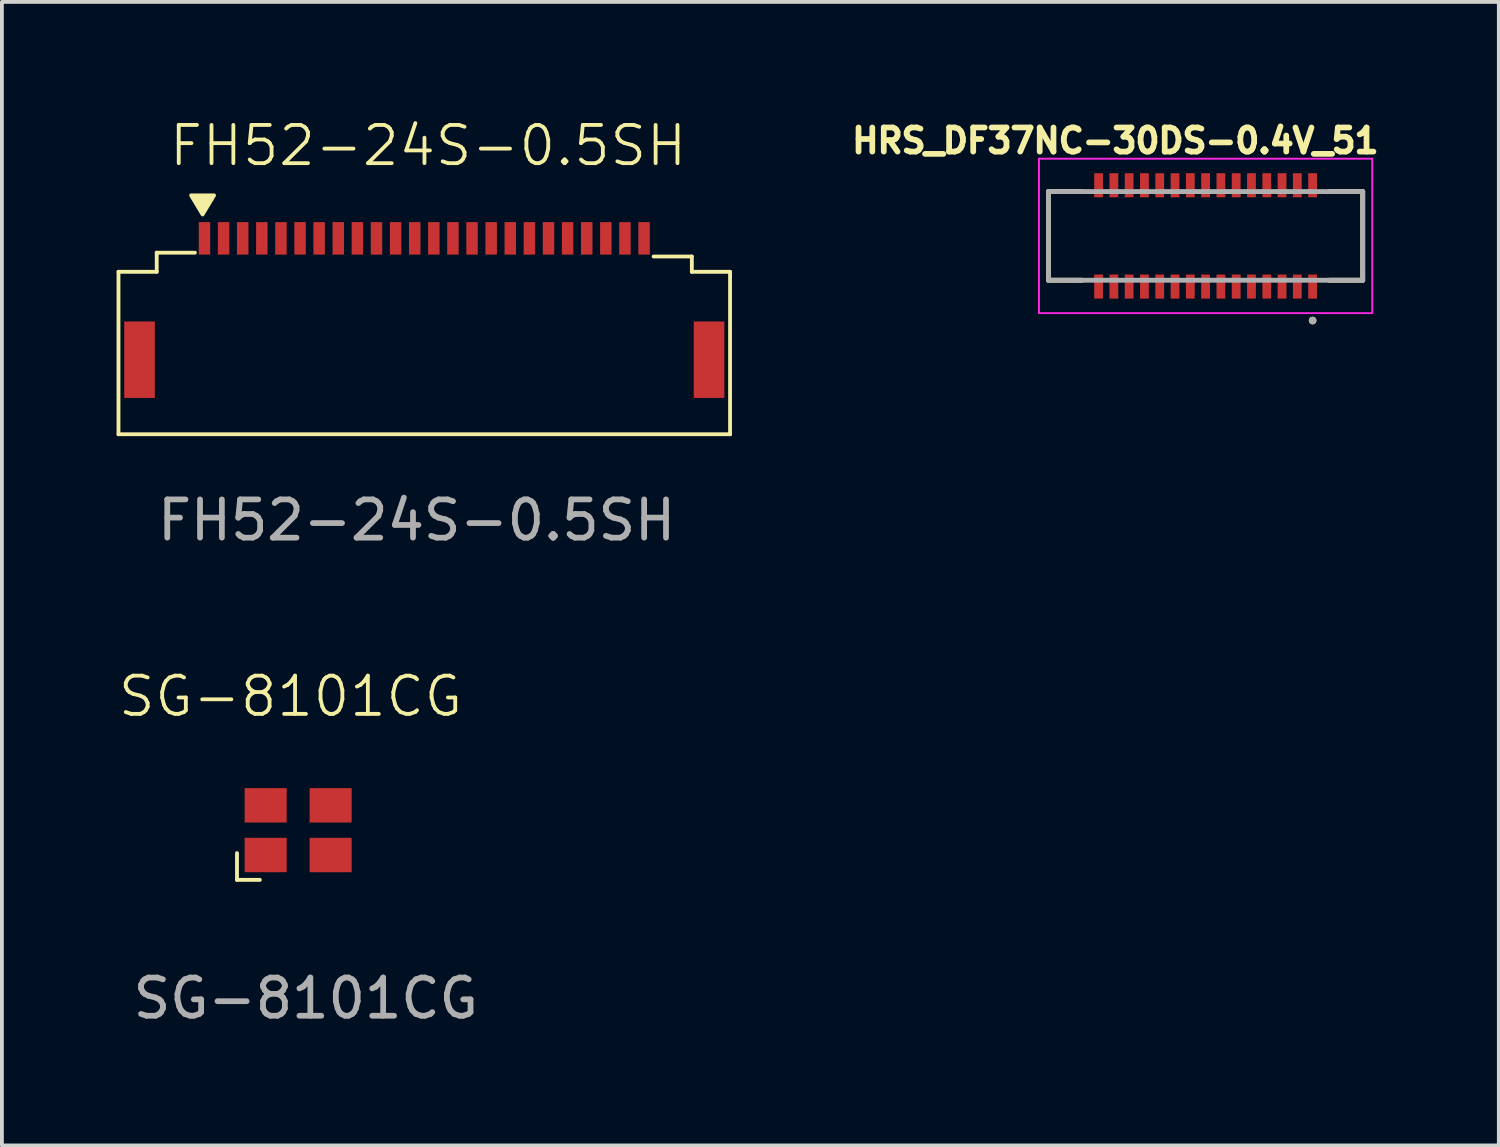
<source format=kicad_pcb>
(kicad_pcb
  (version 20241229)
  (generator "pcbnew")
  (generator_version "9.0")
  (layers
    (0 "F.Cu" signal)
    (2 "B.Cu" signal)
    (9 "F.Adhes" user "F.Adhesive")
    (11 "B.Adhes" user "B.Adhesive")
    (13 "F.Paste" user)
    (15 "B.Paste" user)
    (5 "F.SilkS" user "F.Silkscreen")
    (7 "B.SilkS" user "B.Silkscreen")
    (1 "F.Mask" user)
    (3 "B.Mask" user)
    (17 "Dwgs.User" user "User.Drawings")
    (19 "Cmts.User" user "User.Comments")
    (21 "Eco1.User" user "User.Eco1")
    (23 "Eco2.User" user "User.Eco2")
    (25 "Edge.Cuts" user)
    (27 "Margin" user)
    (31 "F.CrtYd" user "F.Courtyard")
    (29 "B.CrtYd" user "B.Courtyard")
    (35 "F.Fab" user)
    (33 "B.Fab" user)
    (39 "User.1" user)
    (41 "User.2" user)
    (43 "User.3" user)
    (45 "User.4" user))
  (footprint "SG-8101CG"
    (layer "F.Cu")
    (at 4.75 18.669)
    (property "Reference" "SG-8101CG" (at -0.2 -3.5 0) (unlocked yes) (layer "F.SilkS") (effects (font (size 1 1) (thickness 0.1))))
    (attr smd)
    (fp_line (start -1.6 0.6) (end -1.6 1.3) (stroke (width 0.1) (type default)) (layer "F.SilkS"))
    (fp_line (start -1 1.3) (end -1.6 1.3) (stroke (width 0.1) (type default)) (layer "F.SilkS"))
    (fp_text user "${REFERENCE}" (at 0.2 4.4 0) (unlocked yes) (layer "F.Fab") (effects (font (size 1 1) (thickness 0.15))))
    (pad "1" smd rect (at -0.85 0.65) (size 1.1 0.9) (layers "F.Cu" "F.Mask" "F.Paste"))
    (pad "2" smd rect (at 0.85 0.65) (size 1.1 0.9) (layers "F.Cu" "F.Mask" "F.Paste"))
    (pad "3" smd rect (at 0.85 -0.65) (size 1.1 0.9) (layers "F.Cu" "F.Mask" "F.Paste"))
    (pad "4" smd rect (at -0.85 -0.65) (size 1.1 0.9) (layers "F.Cu" "F.Mask" "F.Paste")))
  (footprint "HRS_DF37NC-30DS-0.4V_51"
    (layer "F.Cu")
    (at 28.491 3.122)
    (property "Reference" "HRS_DF37NC-30DS-0.4V_51" (at -2.36 -2.49 0) (layer "F.SilkS") (effects (font (size 0.63 0.63) (thickness 0.15))))
    (attr smd)
    (fp_poly (pts (xy -2.965 -1.69) (xy -2.635 -1.69) (xy -2.635 -0.96) (xy -2.965 -0.96)) (stroke (width 0.01) (type solid)) (fill yes) (layer "F.Mask"))
    (fp_poly (pts (xy -2.965 0.96) (xy -2.635 0.96) (xy -2.635 1.69) (xy -2.965 1.69)) (stroke (width 0.01) (type solid)) (fill yes) (layer "F.Mask"))
    (fp_poly (pts (xy -2.565 -1.69) (xy -2.235 -1.69) (xy -2.235 -0.96) (xy -2.565 -0.96)) (stroke (width 0.01) (type solid)) (fill yes) (layer "F.Mask"))
    (fp_poly (pts (xy -2.565 0.96) (xy -2.235 0.96) (xy -2.235 1.69) (xy -2.565 1.69)) (stroke (width 0.01) (type solid)) (fill yes) (layer "F.Mask"))
    (fp_poly (pts (xy -2.165 -1.69) (xy -1.835 -1.69) (xy -1.835 -0.96) (xy -2.165 -0.96)) (stroke (width 0.01) (type solid)) (fill yes) (layer "F.Mask"))
    (fp_poly (pts (xy -2.165 0.96) (xy -1.835 0.96) (xy -1.835 1.69) (xy -2.165 1.69)) (stroke (width 0.01) (type solid)) (fill yes) (layer "F.Mask"))
    (fp_poly (pts (xy -1.765 -1.69) (xy -1.435 -1.69) (xy -1.435 -0.96) (xy -1.765 -0.96)) (stroke (width 0.01) (type solid)) (fill yes) (layer "F.Mask"))
    (fp_poly (pts (xy -1.765 0.96) (xy -1.435 0.96) (xy -1.435 1.69) (xy -1.765 1.69)) (stroke (width 0.01) (type solid)) (fill yes) (layer "F.Mask"))
    (fp_poly (pts (xy -1.365 -1.69) (xy -1.035 -1.69) (xy -1.035 -0.96) (xy -1.365 -0.96)) (stroke (width 0.01) (type solid)) (fill yes) (layer "F.Mask"))
    (fp_poly (pts (xy -1.365 0.96) (xy -1.035 0.96) (xy -1.035 1.69) (xy -1.365 1.69)) (stroke (width 0.01) (type solid)) (fill yes) (layer "F.Mask"))
    (fp_poly (pts (xy -0.965 -1.69) (xy -0.635 -1.69) (xy -0.635 -0.96) (xy -0.965 -0.96)) (stroke (width 0.01) (type solid)) (fill yes) (layer "F.Mask"))
    (fp_poly (pts (xy -0.965 0.96) (xy -0.635 0.96) (xy -0.635 1.69) (xy -0.965 1.69)) (stroke (width 0.01) (type solid)) (fill yes) (layer "F.Mask"))
    (fp_poly (pts (xy -0.565 -1.69) (xy -0.235 -1.69) (xy -0.235 -0.96) (xy -0.565 -0.96)) (stroke (width 0.01) (type solid)) (fill yes) (layer "F.Mask"))
    (fp_poly (pts (xy -0.565 0.96) (xy -0.235 0.96) (xy -0.235 1.69) (xy -0.565 1.69)) (stroke (width 0.01) (type solid)) (fill yes) (layer "F.Mask"))
    (fp_poly (pts (xy -0.165 -1.69) (xy 0.165 -1.69) (xy 0.165 -0.96) (xy -0.165 -0.96)) (stroke (width 0.01) (type solid)) (fill yes) (layer "F.Mask"))
    (fp_poly (pts (xy -0.165 0.96) (xy 0.165 0.96) (xy 0.165 1.69) (xy -0.165 1.69)) (stroke (width 0.01) (type solid)) (fill yes) (layer "F.Mask"))
    (fp_poly (pts (xy 0.235 -1.69) (xy 0.565 -1.69) (xy 0.565 -0.96) (xy 0.235 -0.96)) (stroke (width 0.01) (type solid)) (fill yes) (layer "F.Mask"))
    (fp_poly (pts (xy 0.235 0.96) (xy 0.565 0.96) (xy 0.565 1.69) (xy 0.235 1.69)) (stroke (width 0.01) (type solid)) (fill yes) (layer "F.Mask"))
    (fp_poly (pts (xy 0.635 -1.69) (xy 0.965 -1.69) (xy 0.965 -0.96) (xy 0.635 -0.96)) (stroke (width 0.01) (type solid)) (fill yes) (layer "F.Mask"))
    (fp_poly (pts (xy 0.635 0.96) (xy 0.965 0.96) (xy 0.965 1.69) (xy 0.635 1.69)) (stroke (width 0.01) (type solid)) (fill yes) (layer "F.Mask"))
    (fp_poly (pts (xy 1.035 -1.69) (xy 1.365 -1.69) (xy 1.365 -0.96) (xy 1.035 -0.96)) (stroke (width 0.01) (type solid)) (fill yes) (layer "F.Mask"))
    (fp_poly (pts (xy 1.035 0.96) (xy 1.365 0.96) (xy 1.365 1.69) (xy 1.035 1.69)) (stroke (width 0.01) (type solid)) (fill yes) (layer "F.Mask"))
    (fp_poly (pts (xy 1.435 -1.69) (xy 1.765 -1.69) (xy 1.765 -0.96) (xy 1.435 -0.96)) (stroke (width 0.01) (type solid)) (fill yes) (layer "F.Mask"))
    (fp_poly (pts (xy 1.435 0.96) (xy 1.765 0.96) (xy 1.765 1.69) (xy 1.435 1.69)) (stroke (width 0.01) (type solid)) (fill yes) (layer "F.Mask"))
    (fp_poly (pts (xy 1.835 -1.69) (xy 2.165 -1.69) (xy 2.165 -0.96) (xy 1.835 -0.96)) (stroke (width 0.01) (type solid)) (fill yes) (layer "F.Mask"))
    (fp_poly (pts (xy 1.835 0.96) (xy 2.165 0.96) (xy 2.165 1.69) (xy 1.835 1.69)) (stroke (width 0.01) (type solid)) (fill yes) (layer "F.Mask"))
    (fp_poly (pts (xy 2.235 -1.69) (xy 2.565 -1.69) (xy 2.565 -0.96) (xy 2.235 -0.96)) (stroke (width 0.01) (type solid)) (fill yes) (layer "F.Mask"))
    (fp_poly (pts (xy 2.235 0.96) (xy 2.565 0.96) (xy 2.565 1.69) (xy 2.235 1.69)) (stroke (width 0.01) (type solid)) (fill yes) (layer "F.Mask"))
    (fp_poly (pts (xy 2.635 -1.69) (xy 2.965 -1.69) (xy 2.965 -0.96) (xy 2.635 -0.96)) (stroke (width 0.01) (type solid)) (fill yes) (layer "F.Mask"))
    (fp_poly (pts (xy 2.635 0.96) (xy 2.965 0.96) (xy 2.965 1.69) (xy 2.635 1.69)) (stroke (width 0.01) (type solid)) (fill yes) (layer "F.Mask"))
    (fp_line (start -4.11 -1.16) (end -3.235 -1.16) (stroke (width 0.127) (type solid)) (layer "F.SilkS"))
    (fp_line (start -4.11 1.16) (end -4.11 -1.16) (stroke (width 0.127) (type solid)) (layer "F.SilkS"))
    (fp_line (start -3.235 1.16) (end -4.11 1.16) (stroke (width 0.127) (type solid)) (layer "F.SilkS"))
    (fp_line (start 3.235 -1.16) (end 4.11 -1.16) (stroke (width 0.127) (type solid)) (layer "F.SilkS"))
    (fp_line (start 3.235 1.16) (end 4.11 1.16) (stroke (width 0.127) (type solid)) (layer "F.SilkS"))
    (fp_line (start 4.11 -1.16) (end 4.11 1.16) (stroke (width 0.127) (type solid)) (layer "F.SilkS"))
    (fp_circle (center 2.8 2.214) (end 2.85 2.214) (stroke (width 0.1) (type solid)) (fill no) (layer "F.SilkS"))
    (fp_poly (pts (xy -2.915 -1.77) (xy -2.685 -1.77) (xy -2.685 -1.14) (xy -2.915 -1.14)) (stroke (width 0.01) (type solid)) (fill yes) (layer "F.Paste"))
    (fp_poly (pts (xy -2.915 1.14) (xy -2.685 1.14) (xy -2.685 1.77) (xy -2.915 1.77)) (stroke (width 0.01) (type solid)) (fill yes) (layer "F.Paste"))
    (fp_poly (pts (xy -2.515 -1.77) (xy -2.285 -1.77) (xy -2.285 -1.14) (xy -2.515 -1.14)) (stroke (width 0.01) (type solid)) (fill yes) (layer "F.Paste"))
    (fp_poly (pts (xy -2.515 1.14) (xy -2.285 1.14) (xy -2.285 1.77) (xy -2.515 1.77)) (stroke (width 0.01) (type solid)) (fill yes) (layer "F.Paste"))
    (fp_poly (pts (xy -2.115 -1.77) (xy -1.885 -1.77) (xy -1.885 -1.14) (xy -2.115 -1.14)) (stroke (width 0.01) (type solid)) (fill yes) (layer "F.Paste"))
    (fp_poly (pts (xy -2.115 1.14) (xy -1.885 1.14) (xy -1.885 1.77) (xy -2.115 1.77)) (stroke (width 0.01) (type solid)) (fill yes) (layer "F.Paste"))
    (fp_poly (pts (xy -1.715 -1.77) (xy -1.485 -1.77) (xy -1.485 -1.14) (xy -1.715 -1.14)) (stroke (width 0.01) (type solid)) (fill yes) (layer "F.Paste"))
    (fp_poly (pts (xy -1.715 1.14) (xy -1.485 1.14) (xy -1.485 1.77) (xy -1.715 1.77)) (stroke (width 0.01) (type solid)) (fill yes) (layer "F.Paste"))
    (fp_poly (pts (xy -1.315 -1.77) (xy -1.085 -1.77) (xy -1.085 -1.14) (xy -1.315 -1.14)) (stroke (width 0.01) (type solid)) (fill yes) (layer "F.Paste"))
    (fp_poly (pts (xy -1.315 1.14) (xy -1.085 1.14) (xy -1.085 1.77) (xy -1.315 1.77)) (stroke (width 0.01) (type solid)) (fill yes) (layer "F.Paste"))
    (fp_poly (pts (xy -0.915 -1.77) (xy -0.685 -1.77) (xy -0.685 -1.14) (xy -0.915 -1.14)) (stroke (width 0.01) (type solid)) (fill yes) (layer "F.Paste"))
    (fp_poly (pts (xy -0.915 1.14) (xy -0.685 1.14) (xy -0.685 1.77) (xy -0.915 1.77)) (stroke (width 0.01) (type solid)) (fill yes) (layer "F.Paste"))
    (fp_poly (pts (xy -0.515 -1.77) (xy -0.285 -1.77) (xy -0.285 -1.14) (xy -0.515 -1.14)) (stroke (width 0.01) (type solid)) (fill yes) (layer "F.Paste"))
    (fp_poly (pts (xy -0.515 1.14) (xy -0.285 1.14) (xy -0.285 1.77) (xy -0.515 1.77)) (stroke (width 0.01) (type solid)) (fill yes) (layer "F.Paste"))
    (fp_poly (pts (xy -0.115 -1.77) (xy 0.115 -1.77) (xy 0.115 -1.14) (xy -0.115 -1.14)) (stroke (width 0.01) (type solid)) (fill yes) (layer "F.Paste"))
    (fp_poly (pts (xy -0.115 1.14) (xy 0.115 1.14) (xy 0.115 1.77) (xy -0.115 1.77)) (stroke (width 0.01) (type solid)) (fill yes) (layer "F.Paste"))
    (fp_poly (pts (xy 0.285 -1.77) (xy 0.515 -1.77) (xy 0.515 -1.14) (xy 0.285 -1.14)) (stroke (width 0.01) (type solid)) (fill yes) (layer "F.Paste"))
    (fp_poly (pts (xy 0.285 1.14) (xy 0.515 1.14) (xy 0.515 1.77) (xy 0.285 1.77)) (stroke (width 0.01) (type solid)) (fill yes) (layer "F.Paste"))
    (fp_poly (pts (xy 0.685 -1.77) (xy 0.915 -1.77) (xy 0.915 -1.14) (xy 0.685 -1.14)) (stroke (width 0.01) (type solid)) (fill yes) (layer "F.Paste"))
    (fp_poly (pts (xy 0.685 1.14) (xy 0.915 1.14) (xy 0.915 1.77) (xy 0.685 1.77)) (stroke (width 0.01) (type solid)) (fill yes) (layer "F.Paste"))
    (fp_poly (pts (xy 1.085 -1.77) (xy 1.315 -1.77) (xy 1.315 -1.14) (xy 1.085 -1.14)) (stroke (width 0.01) (type solid)) (fill yes) (layer "F.Paste"))
    (fp_poly (pts (xy 1.085 1.14) (xy 1.315 1.14) (xy 1.315 1.77) (xy 1.085 1.77)) (stroke (width 0.01) (type solid)) (fill yes) (layer "F.Paste"))
    (fp_poly (pts (xy 1.485 -1.77) (xy 1.715 -1.77) (xy 1.715 -1.14) (xy 1.485 -1.14)) (stroke (width 0.01) (type solid)) (fill yes) (layer "F.Paste"))
    (fp_poly (pts (xy 1.485 1.14) (xy 1.715 1.14) (xy 1.715 1.77) (xy 1.485 1.77)) (stroke (width 0.01) (type solid)) (fill yes) (layer "F.Paste"))
    (fp_poly (pts (xy 1.885 -1.77) (xy 2.115 -1.77) (xy 2.115 -1.14) (xy 1.885 -1.14)) (stroke (width 0.01) (type solid)) (fill yes) (layer "F.Paste"))
    (fp_poly (pts (xy 1.885 1.14) (xy 2.115 1.14) (xy 2.115 1.77) (xy 1.885 1.77)) (stroke (width 0.01) (type solid)) (fill yes) (layer "F.Paste"))
    (fp_poly (pts (xy 2.285 -1.77) (xy 2.515 -1.77) (xy 2.515 -1.14) (xy 2.285 -1.14)) (stroke (width 0.01) (type solid)) (fill yes) (layer "F.Paste"))
    (fp_poly (pts (xy 2.285 1.14) (xy 2.515 1.14) (xy 2.515 1.77) (xy 2.285 1.77)) (stroke (width 0.01) (type solid)) (fill yes) (layer "F.Paste"))
    (fp_poly (pts (xy 2.685 -1.77) (xy 2.915 -1.77) (xy 2.915 -1.14) (xy 2.685 -1.14)) (stroke (width 0.01) (type solid)) (fill yes) (layer "F.Paste"))
    (fp_poly (pts (xy 2.685 1.14) (xy 2.915 1.14) (xy 2.915 1.77) (xy 2.685 1.77)) (stroke (width 0.01) (type solid)) (fill yes) (layer "F.Paste"))
    (fp_line (start -4.36 -2.02) (end 4.36 -2.02) (stroke (width 0.05) (type solid)) (layer "F.CrtYd"))
    (fp_line (start -4.36 2.02) (end -4.36 -2.02) (stroke (width 0.05) (type solid)) (layer "F.CrtYd"))
    (fp_line (start 4.36 -2.02) (end 4.36 2.02) (stroke (width 0.05) (type solid)) (layer "F.CrtYd"))
    (fp_line (start 4.36 2.02) (end -4.36 2.02) (stroke (width 0.05) (type solid)) (layer "F.CrtYd"))
    (fp_line (start -4.11 -1.16) (end 4.11 -1.16) (stroke (width 0.127) (type solid)) (layer "F.Fab"))
    (fp_line (start -4.11 1.16) (end -4.11 -1.16) (stroke (width 0.127) (type solid)) (layer "F.Fab"))
    (fp_line (start 4.11 -1.16) (end 4.11 1.16) (stroke (width 0.127) (type solid)) (layer "F.Fab"))
    (fp_line (start 4.11 1.16) (end -4.11 1.16) (stroke (width 0.127) (type solid)) (layer "F.Fab"))
    (fp_circle (center 2.8 2.214) (end 2.85 2.214) (stroke (width 0.1) (type solid)) (fill no) (layer "F.Fab"))
    (pad "1" smd rect (at 2.8 1.325) (size 0.23 0.63) (layers "F.Cu"))
    (pad "2" smd rect (at 2.4 1.325) (size 0.23 0.63) (layers "F.Cu"))
    (pad "3" smd rect (at 2 1.325) (size 0.23 0.63) (layers "F.Cu"))
    (pad "4" smd rect (at 1.6 1.325) (size 0.23 0.63) (layers "F.Cu"))
    (pad "5" smd rect (at 1.2 1.325) (size 0.23 0.63) (layers "F.Cu"))
    (pad "6" smd rect (at 0.8 1.325) (size 0.23 0.63) (layers "F.Cu"))
    (pad "7" smd rect (at 0.4 1.325) (size 0.23 0.63) (layers "F.Cu"))
    (pad "8" smd rect (at 0 1.325) (size 0.23 0.63) (layers "F.Cu"))
    (pad "9" smd rect (at -0.4 1.325) (size 0.23 0.63) (layers "F.Cu"))
    (pad "10" smd rect (at -0.8 1.325) (size 0.23 0.63) (layers "F.Cu"))
    (pad "11" smd rect (at -1.2 1.325) (size 0.23 0.63) (layers "F.Cu"))
    (pad "12" smd rect (at -1.6 1.325) (size 0.23 0.63) (layers "F.Cu"))
    (pad "13" smd rect (at -2 1.325) (size 0.23 0.63) (layers "F.Cu"))
    (pad "14" smd rect (at -2.4 1.325) (size 0.23 0.63) (layers "F.Cu"))
    (pad "15" smd rect (at -2.8 1.325) (size 0.23 0.63) (layers "F.Cu"))
    (pad "16" smd rect (at -2.8 -1.325) (size 0.23 0.63) (layers "F.Cu"))
    (pad "17" smd rect (at -2.4 -1.325) (size 0.23 0.63) (layers "F.Cu"))
    (pad "18" smd rect (at -2 -1.325) (size 0.23 0.63) (layers "F.Cu"))
    (pad "19" smd rect (at -1.6 -1.325) (size 0.23 0.63) (layers "F.Cu"))
    (pad "20" smd rect (at -1.2 -1.325) (size 0.23 0.63) (layers "F.Cu"))
    (pad "21" smd rect (at -0.8 -1.325) (size 0.23 0.63) (layers "F.Cu"))
    (pad "22" smd rect (at -0.4 -1.325) (size 0.23 0.63) (layers "F.Cu"))
    (pad "23" smd rect (at 0 -1.325) (size 0.23 0.63) (layers "F.Cu"))
    (pad "24" smd rect (at 0.4 -1.325) (size 0.23 0.63) (layers "F.Cu"))
    (pad "25" smd rect (at 0.8 -1.325) (size 0.23 0.63) (layers "F.Cu"))
    (pad "26" smd rect (at 1.2 -1.325) (size 0.23 0.63) (layers "F.Cu"))
    (pad "27" smd rect (at 1.6 -1.325) (size 0.23 0.63) (layers "F.Cu"))
    (pad "28" smd rect (at 2 -1.325) (size 0.23 0.63) (layers "F.Cu"))
    (pad "29" smd rect (at 2.4 -1.325) (size 0.23 0.63) (layers "F.Cu"))
    (pad "30" smd rect (at 2.8 -1.325) (size 0.23 0.63) (layers "F.Cu")))
  (footprint "FH52-24S-0.5SH"
    (layer "F.Cu")
    (at 8.05 6.061)
    (property "Reference" "FH52-24S-0.5SH" (at 0.1 -5.3 0) (unlocked yes) (layer "F.SilkS") (effects (font (size 1 1) (thickness 0.1))))
    (attr smd)
    (fp_line (start -8 -2) (end -8 2.25) (stroke (width 0.1) (type default)) (layer "F.SilkS"))
    (fp_line (start -8 2.25) (end 8 2.25) (stroke (width 0.1) (type default)) (layer "F.SilkS"))
    (fp_line (start -7 -2.5) (end -7 -2) (stroke (width 0.1) (type default)) (layer "F.SilkS"))
    (fp_line (start -7 -2) (end -8 -2) (stroke (width 0.1) (type default)) (layer "F.SilkS"))
    (fp_line (start -6 -2.5) (end -7 -2.5) (stroke (width 0.1) (type default)) (layer "F.SilkS"))
    (fp_line (start 7 -2.4) (end 6 -2.4) (stroke (width 0.1) (type default)) (layer "F.SilkS"))
    (fp_line (start 7 -2) (end 7 -2.4) (stroke (width 0.1) (type default)) (layer "F.SilkS"))
    (fp_line (start 8 -2) (end 7 -2) (stroke (width 0.1) (type default)) (layer "F.SilkS"))
    (fp_line (start 8 2.25) (end 8 -2) (stroke (width 0.1) (type default)) (layer "F.SilkS"))
    (fp_poly (pts (xy -5.5 -4) (xy -5.8 -3.5) (xy -6.1 -4)) (stroke (width 0.1) (type solid)) (fill yes) (layer "F.SilkS"))
    (fp_text user "${REFERENCE}" (at -0.2 4.5 0) (unlocked yes) (layer "F.Fab") (effects (font (size 1 1) (thickness 0.15))))
    (pad "" smd rect (at -7.45 0.3) (size 0.8 2) (layers "F.Cu" "F.Mask" "F.Paste"))
    (pad "" smd rect (at 7.45 0.3) (size 0.8 2) (layers "F.Cu" "F.Mask" "F.Paste"))
    (pad "1" smd rect (at -5.75 -2.875) (size 0.3 0.85) (layers "F.Cu" "F.Mask" "F.Paste"))
    (pad "2" smd rect (at -5.25 -2.875) (size 0.3 0.85) (layers "F.Cu" "F.Mask" "F.Paste"))
    (pad "3" smd rect (at -4.75 -2.875) (size 0.3 0.85) (layers "F.Cu" "F.Mask" "F.Paste"))
    (pad "4" smd rect (at -4.25 -2.875) (size 0.3 0.85) (layers "F.Cu" "F.Mask" "F.Paste"))
    (pad "5" smd rect (at -3.75 -2.875) (size 0.3 0.85) (layers "F.Cu" "F.Mask" "F.Paste"))
    (pad "6" smd rect (at -3.25 -2.875) (size 0.3 0.85) (layers "F.Cu" "F.Mask" "F.Paste"))
    (pad "7" smd rect (at -2.75 -2.875) (size 0.3 0.85) (layers "F.Cu" "F.Mask" "F.Paste"))
    (pad "8" smd rect (at -2.25 -2.875) (size 0.3 0.85) (layers "F.Cu" "F.Mask" "F.Paste"))
    (pad "9" smd rect (at -1.75 -2.875) (size 0.3 0.85) (layers "F.Cu" "F.Mask" "F.Paste"))
    (pad "10" smd rect (at -1.25 -2.875) (size 0.3 0.85) (layers "F.Cu" "F.Mask" "F.Paste"))
    (pad "11" smd rect (at -0.75 -2.875) (size 0.3 0.85) (layers "F.Cu" "F.Mask" "F.Paste"))
    (pad "12" smd rect (at -0.25 -2.875) (size 0.3 0.85) (layers "F.Cu" "F.Mask" "F.Paste"))
    (pad "13" smd rect (at 0.25 -2.875) (size 0.3 0.85) (layers "F.Cu" "F.Mask" "F.Paste"))
    (pad "14" smd rect (at 0.75 -2.875) (size 0.3 0.85) (layers "F.Cu" "F.Mask" "F.Paste"))
    (pad "15" smd rect (at 1.25 -2.875) (size 0.3 0.85) (layers "F.Cu" "F.Mask" "F.Paste"))
    (pad "16" smd rect (at 1.75 -2.875) (size 0.3 0.85) (layers "F.Cu" "F.Mask" "F.Paste"))
    (pad "17" smd rect (at 2.25 -2.875) (size 0.3 0.85) (layers "F.Cu" "F.Mask" "F.Paste"))
    (pad "18" smd rect (at 2.75 -2.875) (size 0.3 0.85) (layers "F.Cu" "F.Mask" "F.Paste"))
    (pad "19" smd rect (at 3.25 -2.875) (size 0.3 0.85) (layers "F.Cu" "F.Mask" "F.Paste"))
    (pad "20" smd rect (at 3.75 -2.875) (size 0.3 0.85) (layers "F.Cu" "F.Mask" "F.Paste"))
    (pad "21" smd rect (at 4.25 -2.875) (size 0.3 0.85) (layers "F.Cu" "F.Mask" "F.Paste"))
    (pad "22" smd rect (at 4.75 -2.875) (size 0.3 0.85) (layers "F.Cu" "F.Mask" "F.Paste"))
    (pad "23" smd rect (at 5.25 -2.875) (size 0.3 0.85) (layers "F.Cu" "F.Mask" "F.Paste"))
    (pad "24" smd rect (at 5.75 -2.875) (size 0.3 0.85) (layers "F.Cu" "F.Mask" "F.Paste")))
  (gr_rect
    (start -3 -3)
    (end 36.162 26.918)
    (stroke (width 0.1) (type default))
    (fill no)
    (layer "Edge.Cuts")))
</source>
